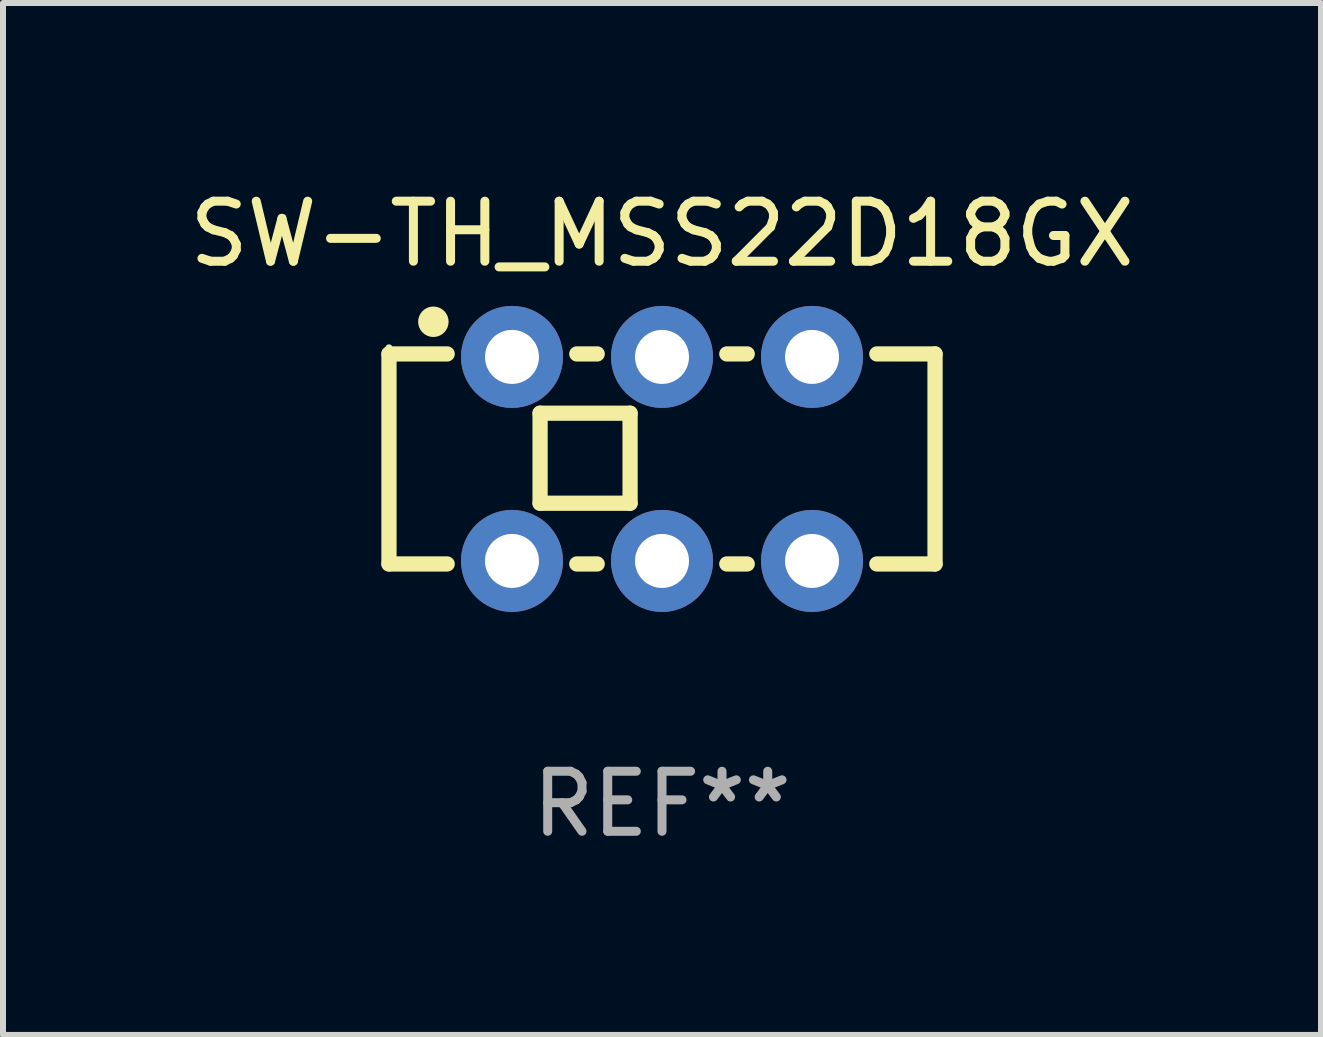
<source format=kicad_pcb>
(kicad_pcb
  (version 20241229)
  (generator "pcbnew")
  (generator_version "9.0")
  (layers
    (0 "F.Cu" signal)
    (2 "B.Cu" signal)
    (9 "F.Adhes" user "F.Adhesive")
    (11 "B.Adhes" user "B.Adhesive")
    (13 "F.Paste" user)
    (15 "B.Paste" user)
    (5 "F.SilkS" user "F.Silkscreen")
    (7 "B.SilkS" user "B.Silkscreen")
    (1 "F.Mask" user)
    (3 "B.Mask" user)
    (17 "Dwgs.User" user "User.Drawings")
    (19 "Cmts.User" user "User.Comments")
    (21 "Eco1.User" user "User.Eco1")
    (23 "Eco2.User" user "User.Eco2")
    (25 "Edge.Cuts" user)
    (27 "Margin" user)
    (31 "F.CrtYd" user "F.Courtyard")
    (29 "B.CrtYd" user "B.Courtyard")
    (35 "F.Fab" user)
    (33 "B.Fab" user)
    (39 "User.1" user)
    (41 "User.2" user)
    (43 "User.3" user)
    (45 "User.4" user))
  (footprint "SW-TH_MSS22D18GX"
    (layer "F.Cu")
    (at 7.982 4.598)
    (property "Reference" "SW-TH_MSS22D18GX" (at 0.000025 -3.75 0) (layer "F.SilkS") (effects (font (size 1 1) (thickness 0.15))))
    (attr through_hole)
    (fp_line (start -4.55 -1.75) (end -4.55 1.75) (stroke (width 0.254) (type solid)) (layer "F.SilkS"))
    (fp_line (start -4.55 -1.75) (end -3.58 -1.75) (stroke (width 0.254) (type solid)) (layer "F.SilkS"))
    (fp_line (start -4.55 1.75) (end -3.58 1.75) (stroke (width 0.254) (type solid)) (layer "F.SilkS"))
    (fp_line (start -2.032 -0.762) (end -2.032 0.738) (stroke (width 0.254) (type solid)) (layer "F.SilkS"))
    (fp_line (start -2.032 -0.762) (end -0.532 -0.762) (stroke (width 0.254) (type solid)) (layer "F.SilkS"))
    (fp_line (start -1.42 -1.75) (end -1.08 -1.75) (stroke (width 0.254) (type solid)) (layer "F.SilkS"))
    (fp_line (start -1.42 1.75) (end -1.08 1.75) (stroke (width 0.254) (type solid)) (layer "F.SilkS"))
    (fp_line (start -0.532 -0.762) (end -0.532 0.738) (stroke (width 0.254) (type solid)) (layer "F.SilkS"))
    (fp_line (start -0.532 0.738) (end -2.032 0.738) (stroke (width 0.254) (type solid)) (layer "F.SilkS"))
    (fp_line (start 1.08 -1.75) (end 1.42 -1.75) (stroke (width 0.254) (type solid)) (layer "F.SilkS"))
    (fp_line (start 1.08 1.75) (end 1.42 1.75) (stroke (width 0.254) (type solid)) (layer "F.SilkS"))
    (fp_line (start 3.58 -1.75) (end 4.55 -1.75) (stroke (width 0.254) (type solid)) (layer "F.SilkS"))
    (fp_line (start 3.58 1.75) (end 4.55 1.75) (stroke (width 0.254) (type solid)) (layer "F.SilkS"))
    (fp_line (start 4.55 -1.75) (end 4.55 1.75) (stroke (width 0.254) (type solid)) (layer "F.SilkS"))
    (fp_circle (center -4.55 -1.85) (end -4.52 -1.85) (stroke (width 0.06) (type solid)) (fill no) (layer "F.SilkS"))
    (fp_circle (center -3.81 -2.286) (end -3.683 -2.286) (stroke (width 0.254) (type solid)) (fill no) (layer "F.SilkS"))
    (fp_text user "REF**" (at 0.000025 5.75 0) (layer "F.Fab") (effects (font (size 1 1) (thickness 0.15))))
    (pad "1" thru_hole circle (at -2.5 -1.7 90) (size 1.7 1.7) (drill 0.9) (layers "*.Cu" "*.Mask"))
    (pad "2" thru_hole circle (at 0.000127 -1.7 90) (size 1.7 1.7) (drill 0.9) (layers "*.Cu" "*.Mask"))
    (pad "3" thru_hole circle (at 2.5 -1.7 90) (size 1.7 1.7) (drill 0.9) (layers "*.Cu" "*.Mask"))
    (pad "4" thru_hole circle (at -2.5 1.7 90) (size 1.7 1.7) (drill 0.9) (layers "*.Cu" "*.Mask"))
    (pad "5" thru_hole circle (at -0.000127 1.7 90) (size 1.7 1.7) (drill 0.9) (layers "*.Cu" "*.Mask"))
    (pad "6" thru_hole circle (at 2.5 1.7 90) (size 1.7 1.7) (drill 0.9) (layers "*.Cu" "*.Mask")))
  (gr_rect
    (start -3 -3)
    (end 18.964 14.197)
    (stroke (width 0.1) (type default))
    (fill no)
    (layer "Edge.Cuts")))
</source>
